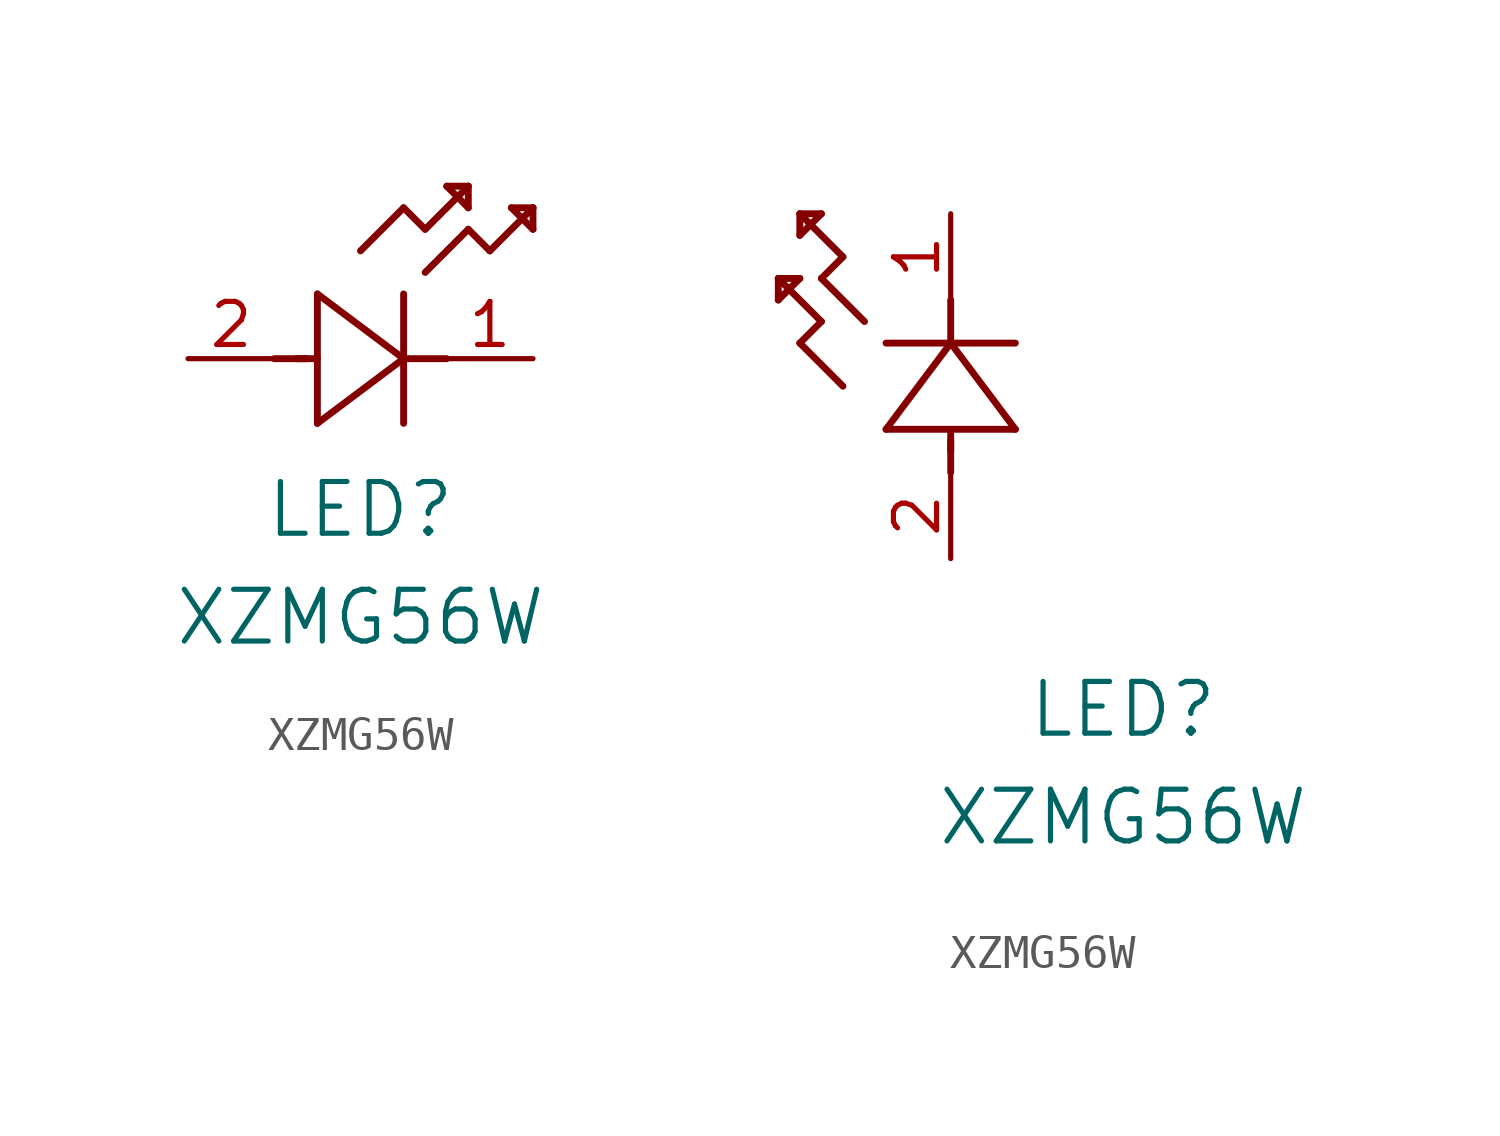
<source format=kicad_sym>
(kicad_symbol_lib
  (version 20211014)
  (generator kicad_symbol_editor)
  (symbol "XZMG56W"
    (pin_names
      (offset 0.254))
    (property "Reference" "LED"
      (at 5.08 -4.445 0)
      (effects (font (size 1.524 1.524))))
    (property "Value" "XZMG56W"
      (at 5.08 -7.62 0)
      (effects (font (size 1.524 1.524))))
    (symbol "XZMG56W_1_1"
      (polyline (pts (xy 2.54 0) (xy 3.48 0)) (stroke (width 0.203) (type default) (color 0 0 0 0)) (fill (type none)))
      (polyline (pts (xy 3.81 1.905) (xy 3.81 -1.905)) (stroke (width 0.203) (type default) (color 0 0 0 0)) (fill (type none)))
      (polyline (pts (xy 3.175 0) (xy 3.81 0)) (stroke (width 0.203) (type default) (color 0 0 0 0)) (fill (type none)))
      (polyline (pts (xy 6.35 -1.905) (xy 6.35 1.905)) (stroke (width 0.203) (type default) (color 0 0 0 0)) (fill (type none)))
      (polyline (pts (xy 6.35 0) (xy 7.62 0)) (stroke (width 0.203) (type default) (color 0 0 0 0)) (fill (type none)))
      (polyline (pts (xy 6.35 4.445) (xy 6.985 3.81)) (stroke (width 0.203) (type default) (color 0 0 0 0)) (fill (type none)))
      (polyline (pts (xy 6.985 3.81) (xy 8.255 5.08)) (stroke (width 0.203) (type default) (color 0 0 0 0)) (fill (type none)))
      (polyline (pts (xy 8.255 3.81) (xy 8.89 3.175)) (stroke (width 0.203) (type default) (color 0 0 0 0)) (fill (type none)))
      (polyline (pts (xy 8.89 3.175) (xy 10.16 4.445)) (stroke (width 0.203) (type default) (color 0 0 0 0)) (fill (type none)))
      (polyline (pts (xy 8.255 5.08) (xy 7.62 5.08)) (stroke (width 0.203) (type default) (color 0 0 0 0)) (fill (type none)))
      (polyline (pts (xy 7.62 5.08) (xy 8.255 4.445)) (stroke (width 0.203) (type default) (color 0 0 0 0)) (fill (type none)))
      (polyline (pts (xy 8.255 4.445) (xy 8.255 5.08)) (stroke (width 0.203) (type default) (color 0 0 0 0)) (fill (type none)))
      (polyline (pts (xy 10.16 4.445) (xy 9.525 4.445)) (stroke (width 0.203) (type default) (color 0 0 0 0)) (fill (type none)))
      (polyline (pts (xy 9.525 4.445) (xy 10.16 3.81)) (stroke (width 0.203) (type default) (color 0 0 0 0)) (fill (type none)))
      (polyline (pts (xy 10.16 3.81) (xy 10.16 4.445)) (stroke (width 0.203) (type default) (color 0 0 0 0)) (fill (type none)))
      (polyline (pts (xy 6.985 2.54) (xy 8.255 3.81)) (stroke (width 0.203) (type default) (color 0 0 0 0)) (fill (type none)))
      (polyline (pts (xy 6.35 0) (xy 3.81 1.905)) (stroke (width 0.203) (type default) (color 0 0 0 0)) (fill (type none)))
      (polyline (pts (xy 3.81 -1.905) (xy 6.35 0)) (stroke (width 0.203) (type default) (color 0 0 0 0)) (fill (type none)))
      (polyline (pts (xy 5.08 3.175) (xy 6.35 4.445)) (stroke (width 0.203) (type default) (color 0 0 0 0)) (fill (type none)))
      (pin unspecified line (at 10.16 0 180) (length 2.54) (name "" (effects (font (size 1.27 1.27)))) (number "1" (effects (font (size 1.27 1.27)))))
      (pin unspecified line (at 0 0 0) (length 2.54) (name "" (effects (font (size 1.27 1.27)))) (number "2" (effects (font (size 1.27 1.27))))))
    (symbol "XZMG56W_1_2"
      (polyline (pts (xy 0 2.54) (xy 0 3.48)) (stroke (width 0.203) (type default) (color 0 0 0 0)) (fill (type none)))
      (polyline (pts (xy -1.905 3.81) (xy 1.905 3.81)) (stroke (width 0.203) (type default) (color 0 0 0 0)) (fill (type none)))
      (polyline (pts (xy 0 3.175) (xy 0 3.81)) (stroke (width 0.203) (type default) (color 0 0 0 0)) (fill (type none)))
      (polyline (pts (xy 1.905 6.35) (xy -1.905 6.35)) (stroke (width 0.203) (type default) (color 0 0 0 0)) (fill (type none)))
      (polyline (pts (xy 0 6.35) (xy 0 7.62)) (stroke (width 0.203) (type default) (color 0 0 0 0)) (fill (type none)))
      (polyline (pts (xy 0 6.35) (xy -1.905 3.81)) (stroke (width 0.203) (type default) (color 0 0 0 0)) (fill (type none)))
      (polyline (pts (xy 1.905 3.81) (xy 0 6.35)) (stroke (width 0.203) (type default) (color 0 0 0 0)) (fill (type none)))
      (polyline (pts (xy -4.445 6.35) (xy -3.81 6.985)) (stroke (width 0.203) (type default) (color 0 0 0 0)) (fill (type none)))
      (polyline (pts (xy -2.54 6.985) (xy -3.81 8.255)) (stroke (width 0.203) (type default) (color 0 0 0 0)) (fill (type none)))
      (polyline (pts (xy -3.175 5.08) (xy -4.445 6.35)) (stroke (width 0.203) (type default) (color 0 0 0 0)) (fill (type none)))
      (polyline (pts (xy -4.445 10.16) (xy -4.445 9.525)) (stroke (width 0.203) (type default) (color 0 0 0 0)) (fill (type none)))
      (polyline (pts (xy -4.445 9.525) (xy -3.81 10.16)) (stroke (width 0.203) (type default) (color 0 0 0 0)) (fill (type none)))
      (polyline (pts (xy -3.81 10.16) (xy -4.445 10.16)) (stroke (width 0.203) (type default) (color 0 0 0 0)) (fill (type none)))
      (polyline (pts (xy -3.81 8.255) (xy -3.175 8.89)) (stroke (width 0.203) (type default) (color 0 0 0 0)) (fill (type none)))
      (polyline (pts (xy -3.175 8.89) (xy -4.445 10.16)) (stroke (width 0.203) (type default) (color 0 0 0 0)) (fill (type none)))
      (polyline (pts (xy -3.81 6.985) (xy -5.08 8.255)) (stroke (width 0.203) (type default) (color 0 0 0 0)) (fill (type none)))
      (polyline (pts (xy -5.08 8.255) (xy -5.08 7.62)) (stroke (width 0.203) (type default) (color 0 0 0 0)) (fill (type none)))
      (polyline (pts (xy -5.08 7.62) (xy -4.445 8.255)) (stroke (width 0.203) (type default) (color 0 0 0 0)) (fill (type none)))
      (polyline (pts (xy -4.445 8.255) (xy -5.08 8.255)) (stroke (width 0.203) (type default) (color 0 0 0 0)) (fill (type none)))
      (pin unspecified line (at 0 10.16 270) (length 2.54) (name "" (effects (font (size 1.27 1.27)))) (number "1" (effects (font (size 1.27 1.27)))))
      (pin unspecified line (at 0 0 90) (length 2.54) (name "" (effects (font (size 1.27 1.27)))) (number "2" (effects (font (size 1.27 1.27))))))))
</source>
